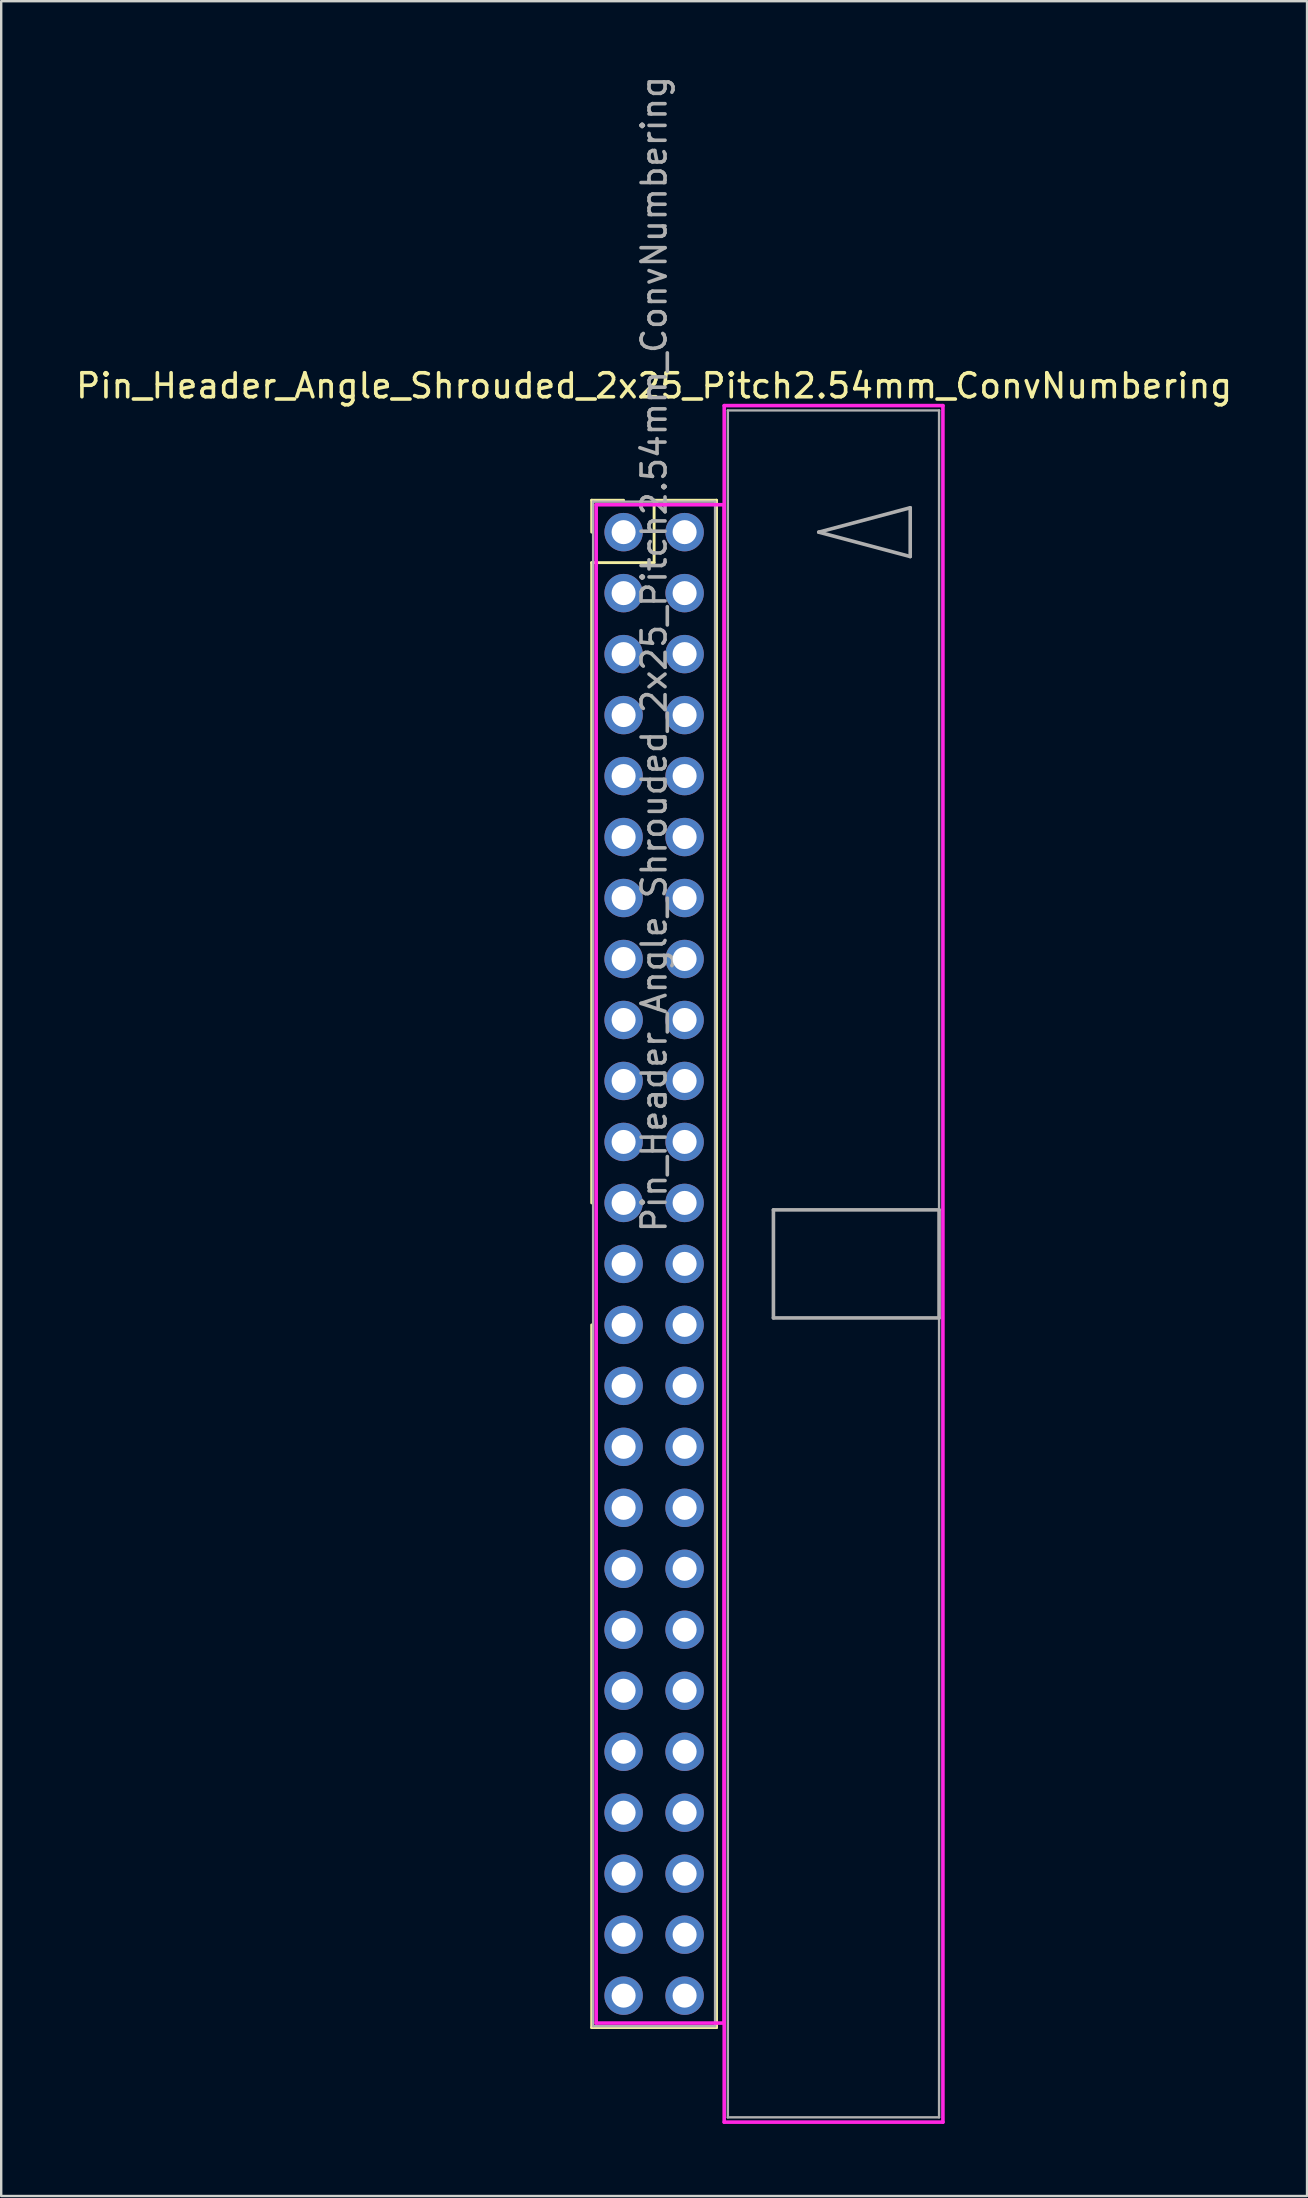
<source format=kicad_pcb>
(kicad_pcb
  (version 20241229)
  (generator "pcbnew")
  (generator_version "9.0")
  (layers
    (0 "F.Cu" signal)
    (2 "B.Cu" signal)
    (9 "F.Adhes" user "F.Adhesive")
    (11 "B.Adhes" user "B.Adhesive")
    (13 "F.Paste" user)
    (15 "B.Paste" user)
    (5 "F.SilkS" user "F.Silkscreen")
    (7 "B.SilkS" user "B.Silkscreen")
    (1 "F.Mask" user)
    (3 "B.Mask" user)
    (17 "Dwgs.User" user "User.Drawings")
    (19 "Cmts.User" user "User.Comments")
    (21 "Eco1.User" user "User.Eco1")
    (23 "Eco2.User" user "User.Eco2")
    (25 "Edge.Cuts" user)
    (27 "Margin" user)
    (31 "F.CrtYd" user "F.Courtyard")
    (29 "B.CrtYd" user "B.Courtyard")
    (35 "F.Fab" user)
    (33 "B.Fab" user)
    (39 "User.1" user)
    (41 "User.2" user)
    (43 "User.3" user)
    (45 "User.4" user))
  (footprint "Pin_Header_Angle_Shrouded_2x25_Pitch2.54mm_ConvNumbering"
    (layer "F.Cu")
    (at 22.926 19.116)
    (property "Reference" "Pin_Header_Angle_Shrouded_2x25_Pitch2.54mm_ConvNumbering" (at 1.27 -6.096 0) (layer "F.SilkS") (effects (font (size 1 1) (thickness 0.15))))
    (attr through_hole)
    (fp_line (start -1.33 -1.33) (end 0 -1.33) (stroke (width 0.12) (type solid)) (layer "F.SilkS"))
    (fp_line (start -1.33 0) (end -1.33 -1.33) (stroke (width 0.12) (type solid)) (layer "F.SilkS"))
    (fp_line (start -1.33 1.27) (end -1.33 27.94) (stroke (width 0.12) (type solid)) (layer "F.SilkS"))
    (fp_line (start -1.33 1.27) (end 1.27 1.27) (stroke (width 0.12) (type solid)) (layer "F.SilkS"))
    (fp_line (start -1.33 33.02) (end -1.33 62.29) (stroke (width 0.12) (type solid)) (layer "F.SilkS"))
    (fp_line (start -1.33 62.29) (end 3.87 62.29) (stroke (width 0.12) (type solid)) (layer "F.SilkS"))
    (fp_line (start 1.27 -1.33) (end 3.87 -1.33) (stroke (width 0.12) (type solid)) (layer "F.SilkS"))
    (fp_line (start 1.27 1.27) (end 1.27 -1.33) (stroke (width 0.12) (type solid)) (layer "F.SilkS"))
    (fp_line (start 3.87 -1.33) (end 3.87 62.29) (stroke (width 0.12) (type solid)) (layer "F.SilkS"))
    (fp_line (start -1.143 -1.143) (end -1.143 62.103) (stroke (width 0.15) (type solid)) (layer "F.CrtYd"))
    (fp_line (start -1.143 62.103) (end 4.19 62.103) (stroke (width 0.15) (type solid)) (layer "F.CrtYd"))
    (fp_line (start 4.19 -5.27) (end 4.19 66.23) (stroke (width 0.15) (type solid)) (layer "F.CrtYd"))
    (fp_line (start 4.19 -1.143) (end -1.143 -1.143) (stroke (width 0.15) (type solid)) (layer "F.CrtYd"))
    (fp_line (start 4.19 62.103) (end 4.19 -1.143) (stroke (width 0.15) (type solid)) (layer "F.CrtYd"))
    (fp_line (start 4.19 66.23) (end 13.3 66.23) (stroke (width 0.15) (type solid)) (layer "F.CrtYd"))
    (fp_line (start 13.3 -5.27) (end 4.19 -5.27) (stroke (width 0.15) (type solid)) (layer "F.CrtYd"))
    (fp_line (start 13.3 66.23) (end 13.3 -5.27) (stroke (width 0.15) (type solid)) (layer "F.CrtYd"))
    (fp_line (start -1.27 -1.27) (end -1.27 62.23) (stroke (width 0.1) (type solid)) (layer "F.Fab"))
    (fp_line (start -1.27 62.23) (end 3.81 62.23) (stroke (width 0.1) (type solid)) (layer "F.Fab"))
    (fp_line (start 3.81 -1.27) (end -1.27 -1.27) (stroke (width 0.1) (type solid)) (layer "F.Fab"))
    (fp_line (start 3.81 62.23) (end 3.81 -1.27) (stroke (width 0.1) (type solid)) (layer "F.Fab"))
    (fp_line (start 4.34 -5.07) (end 4.34 66.03) (stroke (width 0.1) (type solid)) (layer "F.Fab"))
    (fp_line (start 4.34 66.03) (end 13.14 66.03) (stroke (width 0.1) (type solid)) (layer "F.Fab"))
    (fp_line (start 6.24 28.23) (end 6.24 32.73) (stroke (width 0.15) (type solid)) (layer "F.Fab"))
    (fp_line (start 6.24 32.73) (end 13.14 32.73) (stroke (width 0.15) (type solid)) (layer "F.Fab"))
    (fp_line (start 8.128 0) (end 11.938 -1.016) (stroke (width 0.15) (type solid)) (layer "F.Fab"))
    (fp_line (start 11.938 -1.016) (end 11.938 1.016) (stroke (width 0.15) (type solid)) (layer "F.Fab"))
    (fp_line (start 11.938 1.016) (end 8.128 0) (stroke (width 0.15) (type solid)) (layer "F.Fab"))
    (fp_line (start 13.14 -5.07) (end 4.34 -5.07) (stroke (width 0.1) (type solid)) (layer "F.Fab"))
    (fp_line (start 13.14 28.23) (end 6.24 28.23) (stroke (width 0.15) (type solid)) (layer "F.Fab"))
    (fp_line (start 13.14 32.73) (end 13.14 28.23) (stroke (width 0.15) (type solid)) (layer "F.Fab"))
    (fp_line (start 13.14 66.03) (end 13.14 -5.07) (stroke (width 0.1) (type solid)) (layer "F.Fab"))
    (fp_text user "${REFERENCE}" (at 1.27 5.08 90) (layer "F.Fab") (effects (font (size 1 1) (thickness 0.15))))
    (pad "1" thru_hole oval (at 0 0) (size 1.6 1.6) (drill 1) (layers "*.Cu" "*.Mask"))
    (pad "2" thru_hole oval (at 2.54 0) (size 1.6 1.6) (drill 1) (layers "*.Cu" "*.Mask"))
    (pad "3" thru_hole oval (at 0 2.54) (size 1.6 1.6) (drill 1) (layers "*.Cu" "*.Mask"))
    (pad "4" thru_hole oval (at 2.54 2.54) (size 1.6 1.6) (drill 1) (layers "*.Cu" "*.Mask"))
    (pad "5" thru_hole oval (at 0 5.08) (size 1.6 1.6) (drill 1) (layers "*.Cu" "*.Mask"))
    (pad "6" thru_hole oval (at 2.54 5.08) (size 1.6 1.6) (drill 1) (layers "*.Cu" "*.Mask"))
    (pad "7" thru_hole oval (at 0 7.62) (size 1.6 1.6) (drill 1) (layers "*.Cu" "*.Mask"))
    (pad "8" thru_hole oval (at 2.54 7.62) (size 1.6 1.6) (drill 1) (layers "*.Cu" "*.Mask"))
    (pad "9" thru_hole oval (at 0 10.16) (size 1.6 1.6) (drill 1) (layers "*.Cu" "*.Mask"))
    (pad "10" thru_hole oval (at 2.54 10.16) (size 1.6 1.6) (drill 1) (layers "*.Cu" "*.Mask"))
    (pad "11" thru_hole oval (at 0 12.7) (size 1.6 1.6) (drill 1) (layers "*.Cu" "*.Mask"))
    (pad "12" thru_hole oval (at 2.54 12.7) (size 1.6 1.6) (drill 1) (layers "*.Cu" "*.Mask"))
    (pad "13" thru_hole oval (at 0 15.24) (size 1.6 1.6) (drill 1) (layers "*.Cu" "*.Mask"))
    (pad "14" thru_hole oval (at 2.54 15.24) (size 1.6 1.6) (drill 1) (layers "*.Cu" "*.Mask"))
    (pad "15" thru_hole oval (at 0 17.78) (size 1.6 1.6) (drill 1) (layers "*.Cu" "*.Mask"))
    (pad "16" thru_hole oval (at 2.54 17.78) (size 1.6 1.6) (drill 1) (layers "*.Cu" "*.Mask"))
    (pad "17" thru_hole oval (at 0 20.32) (size 1.6 1.6) (drill 1) (layers "*.Cu" "*.Mask"))
    (pad "18" thru_hole oval (at 2.54 20.32) (size 1.6 1.6) (drill 1) (layers "*.Cu" "*.Mask"))
    (pad "19" thru_hole oval (at 0 22.86) (size 1.6 1.6) (drill 1) (layers "*.Cu" "*.Mask"))
    (pad "20" thru_hole oval (at 2.54 22.86) (size 1.6 1.6) (drill 1) (layers "*.Cu" "*.Mask"))
    (pad "21" thru_hole oval (at 0 25.4) (size 1.6 1.6) (drill 1) (layers "*.Cu" "*.Mask"))
    (pad "22" thru_hole oval (at 2.54 25.4) (size 1.6 1.6) (drill 1) (layers "*.Cu" "*.Mask"))
    (pad "23" thru_hole oval (at 0 27.94) (size 1.6 1.6) (drill 1) (layers "*.Cu" "*.Mask"))
    (pad "24" thru_hole oval (at 2.54 27.94) (size 1.6 1.6) (drill 1) (layers "*.Cu" "*.Mask"))
    (pad "25" thru_hole oval (at 0 30.48) (size 1.6 1.6) (drill 1) (layers "*.Cu" "*.Mask"))
    (pad "26" thru_hole oval (at 2.54 30.48) (size 1.6 1.6) (drill 1) (layers "*.Cu" "*.Mask"))
    (pad "27" thru_hole oval (at 0 33.02) (size 1.6 1.6) (drill 1) (layers "*.Cu" "*.Mask"))
    (pad "28" thru_hole oval (at 2.54 33.02) (size 1.6 1.6) (drill 1) (layers "*.Cu" "*.Mask"))
    (pad "29" thru_hole oval (at 0 35.56) (size 1.6 1.6) (drill 1) (layers "*.Cu" "*.Mask"))
    (pad "30" thru_hole oval (at 2.54 35.56) (size 1.6 1.6) (drill 1) (layers "*.Cu" "*.Mask"))
    (pad "31" thru_hole oval (at 0 38.1) (size 1.6 1.6) (drill 1) (layers "*.Cu" "*.Mask"))
    (pad "32" thru_hole oval (at 2.54 38.1) (size 1.6 1.6) (drill 1) (layers "*.Cu" "*.Mask"))
    (pad "33" thru_hole oval (at 0 40.64) (size 1.6 1.6) (drill 1) (layers "*.Cu" "*.Mask"))
    (pad "34" thru_hole oval (at 2.54 40.64) (size 1.6 1.6) (drill 1) (layers "*.Cu" "*.Mask"))
    (pad "35" thru_hole oval (at 0 43.18) (size 1.6 1.6) (drill 1) (layers "*.Cu" "*.Mask"))
    (pad "36" thru_hole oval (at 2.54 43.18) (size 1.6 1.6) (drill 1) (layers "*.Cu" "*.Mask"))
    (pad "37" thru_hole oval (at 0 45.72) (size 1.6 1.6) (drill 1) (layers "*.Cu" "*.Mask"))
    (pad "38" thru_hole oval (at 2.54 45.72) (size 1.6 1.6) (drill 1) (layers "*.Cu" "*.Mask"))
    (pad "39" thru_hole oval (at 0 48.26) (size 1.6 1.6) (drill 1) (layers "*.Cu" "*.Mask"))
    (pad "40" thru_hole oval (at 2.54 48.26) (size 1.6 1.6) (drill 1) (layers "*.Cu" "*.Mask"))
    (pad "41" thru_hole oval (at 0 50.8) (size 1.6 1.6) (drill 1) (layers "*.Cu" "*.Mask"))
    (pad "42" thru_hole oval (at 2.54 50.8) (size 1.6 1.6) (drill 1) (layers "*.Cu" "*.Mask"))
    (pad "43" thru_hole oval (at 0 53.34) (size 1.6 1.6) (drill 1) (layers "*.Cu" "*.Mask"))
    (pad "44" thru_hole oval (at 2.54 53.34) (size 1.6 1.6) (drill 1) (layers "*.Cu" "*.Mask"))
    (pad "45" thru_hole oval (at 0 55.88) (size 1.6 1.6) (drill 1) (layers "*.Cu" "*.Mask"))
    (pad "46" thru_hole oval (at 2.54 55.88) (size 1.6 1.6) (drill 1) (layers "*.Cu" "*.Mask"))
    (pad "47" thru_hole oval (at 0 58.42) (size 1.6 1.6) (drill 1) (layers "*.Cu" "*.Mask"))
    (pad "48" thru_hole oval (at 2.54 58.42) (size 1.6 1.6) (drill 1) (layers "*.Cu" "*.Mask"))
    (pad "49" thru_hole oval (at 0 60.96) (size 1.6 1.6) (drill 1) (layers "*.Cu" "*.Mask"))
    (pad "50" thru_hole oval (at 2.54 60.96) (size 1.6 1.6) (drill 1) (layers "*.Cu" "*.Mask")))
  (gr_rect
    (start -3 -3)
    (end 51.393 88.421)
    (stroke (width 0.1) (type default))
    (fill no)
    (layer "Edge.Cuts")))
</source>
